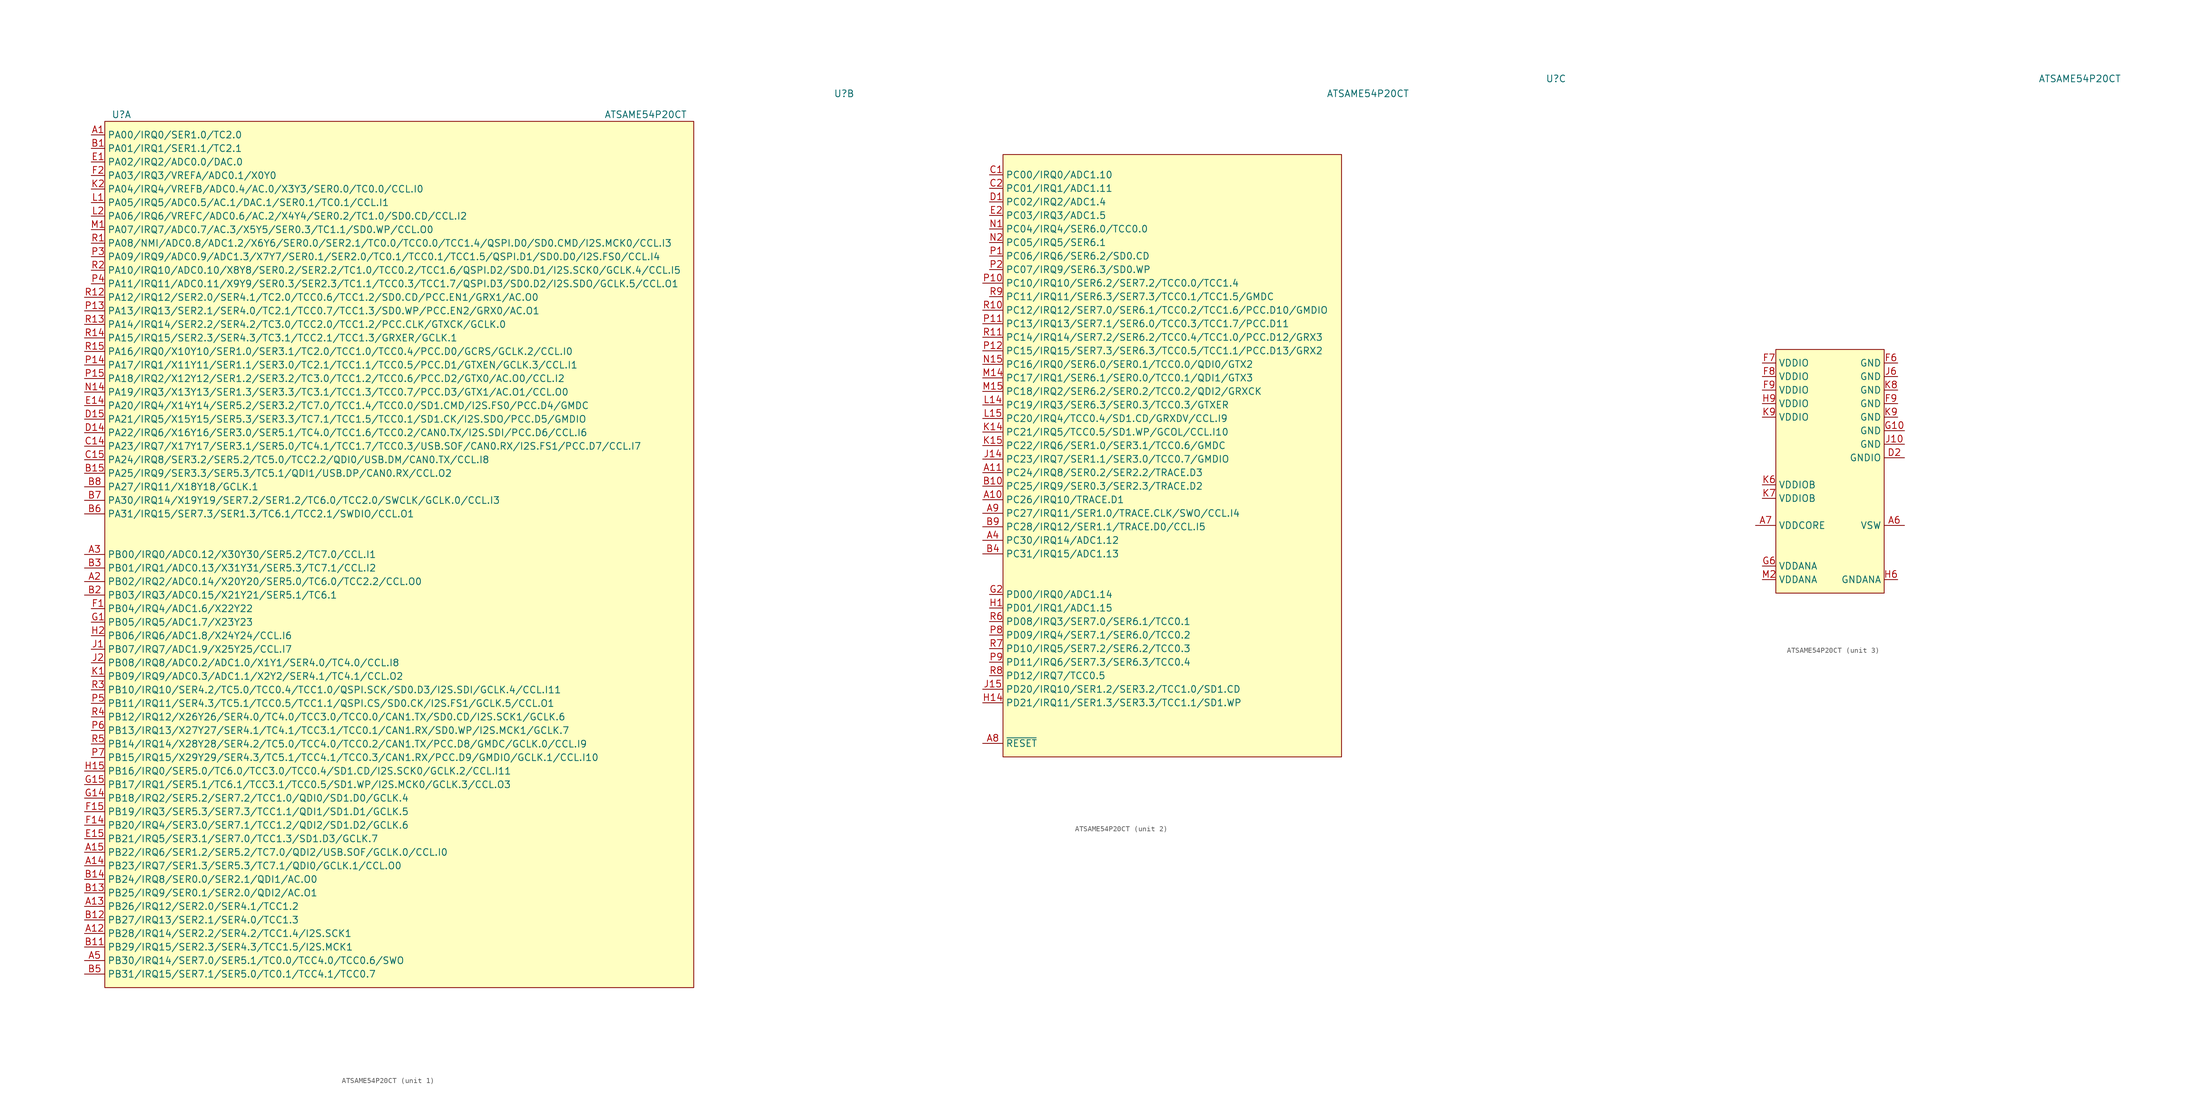
<source format=kicad_sym>
(kicad_symbol_lib
  (version 20231120)
  (generator "kicad_symbol_editor")
  (generator_version "8.0")
  (symbol "ATSAME54P20CT"
    (property "Reference" "U"
      (at -53.34 78.74 0)
      (effects (font (size 1.27 1.27)) (justify left)))
    (property "Value" "ATSAME54P20CT"
      (at 54.61 78.74 0)
      (effects (font (size 1.27 1.27)) (justify right)))
    (property "ki_locked" ""
      (at 0 0 0)
      (effects (font (size 1.27 1.27))))
    (symbol "ATSAME54P20CT_1_1"
      (rectangle (start -54.61 -85.09) (end 55.88 77.47) (stroke (width 0) (type default)) (fill (type background)))
      (pin bidirectional line (at -57.15 74.93 0) (length 2.54) (name "PA00/IRQ0/SER1.0/TC2.0" (effects (font (size 1.27 1.27)))) (number "A1" (effects (font (size 1.27 1.27)))))
      (pin bidirectional line (at -58.42 -74.93 0) (length 3.81) (name "PB28/IRQ14/SER2.2/SER4.2/TCC1.4/I2S.SCK1" (effects (font (size 1.27 1.27)))) (number "A12" (effects (font (size 1.27 1.27)))))
      (pin bidirectional line (at -58.42 -69.85 0) (length 3.81) (name "PB26/IRQ12/SER2.0/SER4.1/TCC1.2" (effects (font (size 1.27 1.27)))) (number "A13" (effects (font (size 1.27 1.27)))))
      (pin bidirectional line (at -58.42 -62.23 0) (length 3.81) (name "PB23/IRQ7/SER1.3/SER5.3/TC7.1/QDI0/GCLK.1/CCL.O0" (effects (font (size 1.27 1.27)))) (number "A14" (effects (font (size 1.27 1.27)))))
      (pin bidirectional line (at -58.42 -59.69 0) (length 3.81) (name "PB22/IRQ6/SER1.2/SER5.2/TC7.0/QDI2/USB.SOF/GCLK.0/CCL.I0" (effects (font (size 1.27 1.27)))) (number "A15" (effects (font (size 1.27 1.27)))))
      (pin bidirectional line (at -58.42 -8.89 0) (length 3.81) (name "PB02/IRQ2/ADC0.14/X20Y20/SER5.0/TC6.0/TCC2.2/CCL.O0" (effects (font (size 1.27 1.27)))) (number "A2" (effects (font (size 1.27 1.27)))))
      (pin bidirectional line (at -58.42 -3.81 0) (length 3.81) (name "PB00/IRQ0/ADC0.12/X30Y30/SER5.2/TC7.0/CCL.I1" (effects (font (size 1.27 1.27)))) (number "A3" (effects (font (size 1.27 1.27)))))
      (pin bidirectional line (at -58.42 -80.01 0) (length 3.81) (name "PB30/IRQ14/SER7.0/SER5.1/TC0.0/TCC4.0/TCC0.6/SWO" (effects (font (size 1.27 1.27)))) (number "A5" (effects (font (size 1.27 1.27)))))
      (pin bidirectional line (at -57.15 72.39 0) (length 2.54) (name "PA01/IRQ1/SER1.1/TC2.1" (effects (font (size 1.27 1.27)))) (number "B1" (effects (font (size 1.27 1.27)))))
      (pin bidirectional line (at -58.42 -77.47 0) (length 3.81) (name "PB29/IRQ15/SER2.3/SER4.3/TCC1.5/I2S.MCK1" (effects (font (size 1.27 1.27)))) (number "B11" (effects (font (size 1.27 1.27)))))
      (pin bidirectional line (at -58.42 -72.39 0) (length 3.81) (name "PB27/IRQ13/SER2.1/SER4.0/TCC1.3" (effects (font (size 1.27 1.27)))) (number "B12" (effects (font (size 1.27 1.27)))))
      (pin bidirectional line (at -58.42 -67.31 0) (length 3.81) (name "PB25/IRQ9/SER0.1/SER2.0/QDI2/AC.O1" (effects (font (size 1.27 1.27)))) (number "B13" (effects (font (size 1.27 1.27)))))
      (pin bidirectional line (at -58.42 -64.77 0) (length 3.81) (name "PB24/IRQ8/SER0.0/SER2.1/QDI1/AC.O0" (effects (font (size 1.27 1.27)))) (number "B14" (effects (font (size 1.27 1.27)))))
      (pin bidirectional line (at -58.42 11.43 0) (length 3.81) (name "PA25/IRQ9/SER3.3/SER5.3/TC5.1/QDI1/USB.DP/CAN0.RX/CCL.O2" (effects (font (size 1.27 1.27)))) (number "B15" (effects (font (size 1.27 1.27)))))
      (pin bidirectional line (at -58.42 -11.43 0) (length 3.81) (name "PB03/IRQ3/ADC0.15/X21Y21/SER5.1/TC6.1" (effects (font (size 1.27 1.27)))) (number "B2" (effects (font (size 1.27 1.27)))))
      (pin bidirectional line (at -58.42 -6.35 0) (length 3.81) (name "PB01/IRQ1/ADC0.13/X31Y31/SER5.3/TC7.1/CCL.I2" (effects (font (size 1.27 1.27)))) (number "B3" (effects (font (size 1.27 1.27)))))
      (pin bidirectional line (at -58.42 -82.55 0) (length 3.81) (name "PB31/IRQ15/SER7.1/SER5.0/TC0.1/TCC4.1/TCC0.7" (effects (font (size 1.27 1.27)))) (number "B5" (effects (font (size 1.27 1.27)))))
      (pin bidirectional line (at -58.42 3.81 0) (length 3.81) (name "PA31/IRQ15/SER7.3/SER1.3/TC6.1/TCC2.1/SWDIO/CCL.O1" (effects (font (size 1.27 1.27)))) (number "B6" (effects (font (size 1.27 1.27)))))
      (pin bidirectional line (at -58.42 6.35 0) (length 3.81) (name "PA30/IRQ14/X19Y19/SER7.2/SER1.2/TC6.0/TCC2.0/SWCLK/GCLK.0/CCL.I3" (effects (font (size 1.27 1.27)))) (number "B7" (effects (font (size 1.27 1.27)))))
      (pin bidirectional line (at -58.42 8.89 0) (length 3.81) (name "PA27/IRQ11/X18Y18/GCLK.1" (effects (font (size 1.27 1.27)))) (number "B8" (effects (font (size 1.27 1.27)))))
      (pin bidirectional line (at -58.42 16.51 0) (length 3.81) (name "PA23/IRQ7/X17Y17/SER3.1/SER5.0/TC4.1/TCC1.7/TCC0.3/USB.SOF/CAN0.RX/I2S.FS1/PCC.D7/CCL.I7" (effects (font (size 1.27 1.27)))) (number "C14" (effects (font (size 1.27 1.27)))))
      (pin bidirectional line (at -58.42 13.97 0) (length 3.81) (name "PA24/IRQ8/SER3.2/SER5.2/TC5.0/TCC2.2/QDI0/USB.DM/CAN0.TX/CCL.I8" (effects (font (size 1.27 1.27)))) (number "C15" (effects (font (size 1.27 1.27)))))
      (pin bidirectional line (at -58.42 19.05 0) (length 3.81) (name "PA22/IRQ6/X16Y16/SER3.0/SER5.1/TC4.0/TCC1.6/TCC0.2/CAN0.TX/I2S.SDI/PCC.D6/CCL.I6" (effects (font (size 1.27 1.27)))) (number "D14" (effects (font (size 1.27 1.27)))))
      (pin bidirectional line (at -58.42 21.59 0) (length 3.81) (name "PA21/IRQ5/X15Y15/SER5.3/SER3.3/TC7.1/TCC1.5/TCC0.1/SD1.CK/I2S.SDO/PCC.D5/GMDIO" (effects (font (size 1.27 1.27)))) (number "D15" (effects (font (size 1.27 1.27)))))
      (pin bidirectional line (at -57.15 69.85 0) (length 2.54) (name "PA02/IRQ2/ADC0.0/DAC.0" (effects (font (size 1.27 1.27)))) (number "E1" (effects (font (size 1.27 1.27)))))
      (pin bidirectional line (at -58.42 24.13 0) (length 3.81) (name "PA20/IRQ4/X14Y14/SER5.2/SER3.2/TC7.0/TCC1.4/TCC0.0/SD1.CMD/I2S.FS0/PCC.D4/GMDC" (effects (font (size 1.27 1.27)))) (number "E14" (effects (font (size 1.27 1.27)))))
      (pin bidirectional line (at -58.42 -57.15 0) (length 3.81) (name "PB21/IRQ5/SER3.1/SER7.0/TCC1.3/SD1.D3/GCLK.7" (effects (font (size 1.27 1.27)))) (number "E15" (effects (font (size 1.27 1.27)))))
      (pin bidirectional line (at -57.15 -13.97 0) (length 2.54) (name "PB04/IRQ4/ADC1.6/X22Y22" (effects (font (size 1.27 1.27)))) (number "F1" (effects (font (size 1.27 1.27)))))
      (pin bidirectional line (at -58.42 -54.61 0) (length 3.81) (name "PB20/IRQ4/SER3.0/SER7.1/TCC1.2/QDI2/SD1.D2/GCLK.6" (effects (font (size 1.27 1.27)))) (number "F14" (effects (font (size 1.27 1.27)))))
      (pin bidirectional line (at -58.42 -52.07 0) (length 3.81) (name "PB19/IRQ3/SER5.3/SER7.3/TCC1.1/QDI1/SD1.D1/GCLK.5" (effects (font (size 1.27 1.27)))) (number "F15" (effects (font (size 1.27 1.27)))))
      (pin bidirectional line (at -57.15 67.31 0) (length 2.54) (name "PA03/IRQ3/VREFA/ADC0.1/X0Y0" (effects (font (size 1.27 1.27)))) (number "F2" (effects (font (size 1.27 1.27)))))
      (pin bidirectional line (at -57.15 -16.51 0) (length 2.54) (name "PB05/IRQ5/ADC1.7/X23Y23" (effects (font (size 1.27 1.27)))) (number "G1" (effects (font (size 1.27 1.27)))))
      (pin bidirectional line (at -58.42 -49.53 0) (length 3.81) (name "PB18/IRQ2/SER5.2/SER7.2/TCC1.0/QDI0/SD1.D0/GCLK.4" (effects (font (size 1.27 1.27)))) (number "G14" (effects (font (size 1.27 1.27)))))
      (pin bidirectional line (at -58.42 -46.99 0) (length 3.81) (name "PB17/IRQ1/SER5.1/TC6.1/TCC3.1/TCC0.5/SD1.WP/I2S.MCK0/GCLK.3/CCL.O3" (effects (font (size 1.27 1.27)))) (number "G15" (effects (font (size 1.27 1.27)))))
      (pin bidirectional line (at -58.42 -44.45 0) (length 3.81) (name "PB16/IRQ0/SER5.0/TC6.0/TCC3.0/TCC0.4/SD1.CD/I2S.SCK0/GCLK.2/CCL.I11" (effects (font (size 1.27 1.27)))) (number "H15" (effects (font (size 1.27 1.27)))))
      (pin bidirectional line (at -57.15 -19.05 0) (length 2.54) (name "PB06/IRQ6/ADC1.8/X24Y24/CCL.I6" (effects (font (size 1.27 1.27)))) (number "H2" (effects (font (size 1.27 1.27)))))
      (pin bidirectional line (at -57.15 -21.59 0) (length 2.54) (name "PB07/IRQ7/ADC1.9/X25Y25/CCL.I7" (effects (font (size 1.27 1.27)))) (number "J1" (effects (font (size 1.27 1.27)))))
      (pin bidirectional line (at -57.15 -24.13 0) (length 2.54) (name "PB08/IRQ8/ADC0.2/ADC1.0/X1Y1/SER4.0/TC4.0/CCL.I8" (effects (font (size 1.27 1.27)))) (number "J2" (effects (font (size 1.27 1.27)))))
      (pin bidirectional line (at -57.15 -26.67 0) (length 2.54) (name "PB09/IRQ9/ADC0.3/ADC1.1/X2Y2/SER4.1/TC4.1/CCL.O2" (effects (font (size 1.27 1.27)))) (number "K1" (effects (font (size 1.27 1.27)))))
      (pin bidirectional line (at -57.15 64.77 0) (length 2.54) (name "PA04/IRQ4/VREFB/ADC0.4/AC.0/X3Y3/SER0.0/TC0.0/CCL.I0" (effects (font (size 1.27 1.27)))) (number "K2" (effects (font (size 1.27 1.27)))))
      (pin bidirectional line (at -57.15 62.23 0) (length 2.54) (name "PA05/IRQ5/ADC0.5/AC.1/DAC.1/SER0.1/TC0.1/CCL.I1" (effects (font (size 1.27 1.27)))) (number "L1" (effects (font (size 1.27 1.27)))))
      (pin bidirectional line (at -57.15 59.69 0) (length 2.54) (name "PA06/IRQ6/VREFC/ADC0.6/AC.2/X4Y4/SER0.2/TC1.0/SD0.CD/CCL.I2" (effects (font (size 1.27 1.27)))) (number "L2" (effects (font (size 1.27 1.27)))))
      (pin bidirectional line (at -57.15 57.15 0) (length 2.54) (name "PA07/IRQ7/ADC0.7/AC.3/X5Y5/SER0.3/TC1.1/SD0.WP/CCL.O0" (effects (font (size 1.27 1.27)))) (number "M1" (effects (font (size 1.27 1.27)))))
      (pin bidirectional line (at -58.42 26.67 0) (length 3.81) (name "PA19/IRQ3/X13Y13/SER1.3/SER3.3/TC3.1/TCC1.3/TCC0.7/PCC.D3/GTX1/AC.O1/CCL.O0" (effects (font (size 1.27 1.27)))) (number "N14" (effects (font (size 1.27 1.27)))))
      (pin bidirectional line (at -58.42 41.91 0) (length 3.81) (name "PA13/IRQ13/SER2.1/SER4.0/TC2.1/TCC0.7/TCC1.3/SD0.WP/PCC.EN2/GRX0/AC.O1" (effects (font (size 1.27 1.27)))) (number "P13" (effects (font (size 1.27 1.27)))))
      (pin bidirectional line (at -58.42 31.75 0) (length 3.81) (name "PA17/IRQ1/X11Y11/SER1.1/SER3.0/TC2.1/TCC1.1/TCC0.5/PCC.D1/GTXEN/GCLK.3/CCL.I1" (effects (font (size 1.27 1.27)))) (number "P14" (effects (font (size 1.27 1.27)))))
      (pin bidirectional line (at -58.42 29.21 0) (length 3.81) (name "PA18/IRQ2/X12Y12/SER1.2/SER3.2/TC3.0/TCC1.2/TCC0.6/PCC.D2/GTX0/AC.O0/CCL.I2" (effects (font (size 1.27 1.27)))) (number "P15" (effects (font (size 1.27 1.27)))))
      (pin bidirectional line (at -57.15 52.07 0) (length 2.54) (name "PA09/IRQ9/ADC0.9/ADC1.3/X7Y7/SER0.1/SER2.0/TC0.1/TCC0.1/TCC1.5/QSPI.D1/SD0.D0/I2S.FS0/CCL.I4" (effects (font (size 1.27 1.27)))) (number "P3" (effects (font (size 1.27 1.27)))))
      (pin bidirectional line (at -57.15 46.99 0) (length 2.54) (name "PA11/IRQ11/ADC0.11/X9Y9/SER0.3/SER2.3/TC1.1/TCC0.3/TCC1.7/QSPI.D3/SD0.D2/I2S.SDO/GCLK.5/CCL.O1" (effects (font (size 1.27 1.27)))) (number "P4" (effects (font (size 1.27 1.27)))))
      (pin bidirectional line (at -57.15 -31.75 0) (length 2.54) (name "PB11/IRQ11/SER4.3/TC5.1/TCC0.5/TCC1.1/QSPI.CS/SD0.CK/I2S.FS1/GCLK.5/CCL.O1" (effects (font (size 1.27 1.27)))) (number "P5" (effects (font (size 1.27 1.27)))))
      (pin bidirectional line (at -57.15 -36.83 0) (length 2.54) (name "PB13/IRQ13/X27Y27/SER4.1/TC4.1/TCC3.1/TCC0.1/CAN1.RX/SD0.WP/I2S.MCK1/GCLK.7" (effects (font (size 1.27 1.27)))) (number "P6" (effects (font (size 1.27 1.27)))))
      (pin bidirectional line (at -57.15 -41.91 0) (length 2.54) (name "PB15/IRQ15/X29Y29/SER4.3/TC5.1/TCC4.1/TCC0.3/CAN1.RX/PCC.D9/GMDIO/GCLK.1/CCL.I10" (effects (font (size 1.27 1.27)))) (number "P7" (effects (font (size 1.27 1.27)))))
      (pin bidirectional line (at -57.15 54.61 0) (length 2.54) (name "PA08/NMI/ADC0.8/ADC1.2/X6Y6/SER0.0/SER2.1/TC0.0/TCC0.0/TCC1.4/QSPI.D0/SD0.CMD/I2S.MCK0/CCL.I3" (effects (font (size 1.27 1.27)))) (number "R1" (effects (font (size 1.27 1.27)))))
      (pin bidirectional line (at -58.42 44.45 0) (length 3.81) (name "PA12/IRQ12/SER2.0/SER4.1/TC2.0/TCC0.6/TCC1.2/SD0.CD/PCC.EN1/GRX1/AC.O0" (effects (font (size 1.27 1.27)))) (number "R12" (effects (font (size 1.27 1.27)))))
      (pin bidirectional line (at -58.42 39.37 0) (length 3.81) (name "PA14/IRQ14/SER2.2/SER4.2/TC3.0/TCC2.0/TCC1.2/PCC.CLK/GTXCK/GCLK.0" (effects (font (size 1.27 1.27)))) (number "R13" (effects (font (size 1.27 1.27)))))
      (pin bidirectional line (at -58.42 36.83 0) (length 3.81) (name "PA15/IRQ15/SER2.3/SER4.3/TC3.1/TCC2.1/TCC1.3/GRXER/GCLK.1" (effects (font (size 1.27 1.27)))) (number "R14" (effects (font (size 1.27 1.27)))))
      (pin bidirectional line (at -58.42 34.29 0) (length 3.81) (name "PA16/IRQ0/X10Y10/SER1.0/SER3.1/TC2.0/TCC1.0/TCC0.4/PCC.D0/GCRS/GCLK.2/CCL.I0" (effects (font (size 1.27 1.27)))) (number "R15" (effects (font (size 1.27 1.27)))))
      (pin bidirectional line (at -57.15 49.53 0) (length 2.54) (name "PA10/IRQ10/ADC0.10/X8Y8/SER0.2/SER2.2/TC1.0/TCC0.2/TCC1.6/QSPI.D2/SD0.D1/I2S.SCK0/GCLK.4/CCL.I5" (effects (font (size 1.27 1.27)))) (number "R2" (effects (font (size 1.27 1.27)))))
      (pin bidirectional line (at -57.15 -29.21 0) (length 2.54) (name "PB10/IRQ10/SER4.2/TC5.0/TCC0.4/TCC1.0/QSPI.SCK/SD0.D3/I2S.SDI/GCLK.4/CCL.I11" (effects (font (size 1.27 1.27)))) (number "R3" (effects (font (size 1.27 1.27)))))
      (pin bidirectional line (at -57.15 -34.29 0) (length 2.54) (name "PB12/IRQ12/X26Y26/SER4.0/TC4.0/TCC3.0/TCC0.0/CAN1.TX/SD0.CD/I2S.SCK1/GCLK.6" (effects (font (size 1.27 1.27)))) (number "R4" (effects (font (size 1.27 1.27)))))
      (pin bidirectional line (at -57.15 -39.37 0) (length 2.54) (name "PB14/IRQ14/X28Y28/SER4.2/TC5.0/TCC4.0/TCC0.2/CAN1.TX/PCC.D8/GMDC/GCLK.0/CCL.I9" (effects (font (size 1.27 1.27)))) (number "R5" (effects (font (size 1.27 1.27))))))
    (symbol "ATSAME54P20CT_2_1"
      (rectangle (start -21.59 -45.72) (end 41.91 67.31) (stroke (width 0) (type default)) (fill (type background)))
      (pin bidirectional line (at -25.4 2.54 0) (length 3.81) (name "PC26/IRQ10/TRACE.D1" (effects (font (size 1.27 1.27)))) (number "A10" (effects (font (size 1.27 1.27)))))
      (pin bidirectional line (at -25.4 7.62 0) (length 3.81) (name "PC24/IRQ8/SER0.2/SER2.2/TRACE.D3" (effects (font (size 1.27 1.27)))) (number "A11" (effects (font (size 1.27 1.27)))))
      (pin bidirectional line (at -25.4 -5.08 0) (length 3.81) (name "PC30/IRQ14/ADC1.12" (effects (font (size 1.27 1.27)))) (number "A4" (effects (font (size 1.27 1.27)))))
      (pin input line (at -25.4 -43.18 0) (length 3.81) (name "~{RESET}" (effects (font (size 1.27 1.27)))) (number "A8" (effects (font (size 1.27 1.27)))))
      (pin bidirectional line (at -25.4 0 0) (length 3.81) (name "PC27/IRQ11/SER1.0/TRACE.CLK/SWO/CCL.I4" (effects (font (size 1.27 1.27)))) (number "A9" (effects (font (size 1.27 1.27)))))
      (pin bidirectional line (at -25.4 5.08 0) (length 3.81) (name "PC25/IRQ9/SER0.3/SER2.3/TRACE.D2" (effects (font (size 1.27 1.27)))) (number "B10" (effects (font (size 1.27 1.27)))))
      (pin bidirectional line (at -25.4 -7.62 0) (length 3.81) (name "PC31/IRQ15/ADC1.13" (effects (font (size 1.27 1.27)))) (number "B4" (effects (font (size 1.27 1.27)))))
      (pin bidirectional line (at -25.4 -2.54 0) (length 3.81) (name "PC28/IRQ12/SER1.1/TRACE.D0/CCL.I5" (effects (font (size 1.27 1.27)))) (number "B9" (effects (font (size 1.27 1.27)))))
      (pin bidirectional line (at -24.13 63.5 0) (length 2.54) (name "PC00/IRQ0/ADC1.10" (effects (font (size 1.27 1.27)))) (number "C1" (effects (font (size 1.27 1.27)))))
      (pin bidirectional line (at -24.13 60.96 0) (length 2.54) (name "PC01/IRQ1/ADC1.11" (effects (font (size 1.27 1.27)))) (number "C2" (effects (font (size 1.27 1.27)))))
      (pin bidirectional line (at -24.13 58.42 0) (length 2.54) (name "PC02/IRQ2/ADC1.4" (effects (font (size 1.27 1.27)))) (number "D1" (effects (font (size 1.27 1.27)))))
      (pin bidirectional line (at -24.13 55.88 0) (length 2.54) (name "PC03/IRQ3/ADC1.5" (effects (font (size 1.27 1.27)))) (number "E2" (effects (font (size 1.27 1.27)))))
      (pin bidirectional line (at -24.13 -15.24 0) (length 2.54) (name "PD00/IRQ0/ADC1.14" (effects (font (size 1.27 1.27)))) (number "G2" (effects (font (size 1.27 1.27)))))
      (pin bidirectional line (at -24.13 -17.78 0) (length 2.54) (name "PD01/IRQ1/ADC1.15" (effects (font (size 1.27 1.27)))) (number "H1" (effects (font (size 1.27 1.27)))))
      (pin bidirectional line (at -25.4 -35.56 0) (length 3.81) (name "PD21/IRQ11/SER1.3/SER3.3/TCC1.1/SD1.WP" (effects (font (size 1.27 1.27)))) (number "H14" (effects (font (size 1.27 1.27)))))
      (pin bidirectional line (at -25.4 10.16 0) (length 3.81) (name "PC23/IRQ7/SER1.1/SER3.0/TCC0.7/GMDIO" (effects (font (size 1.27 1.27)))) (number "J14" (effects (font (size 1.27 1.27)))))
      (pin bidirectional line (at -25.4 -33.02 0) (length 3.81) (name "PD20/IRQ10/SER1.2/SER3.2/TCC1.0/SD1.CD" (effects (font (size 1.27 1.27)))) (number "J15" (effects (font (size 1.27 1.27)))))
      (pin bidirectional line (at -25.4 15.24 0) (length 3.81) (name "PC21/IRQ5/TCC0.5/SD1.WP/GCOL/CCL.I10" (effects (font (size 1.27 1.27)))) (number "K14" (effects (font (size 1.27 1.27)))))
      (pin bidirectional line (at -25.4 12.7 0) (length 3.81) (name "PC22/IRQ6/SER1.0/SER3.1/TCC0.6/GMDC" (effects (font (size 1.27 1.27)))) (number "K15" (effects (font (size 1.27 1.27)))))
      (pin bidirectional line (at -25.4 20.32 0) (length 3.81) (name "PC19/IRQ3/SER6.3/SER0.3/TCC0.3/GTXER" (effects (font (size 1.27 1.27)))) (number "L14" (effects (font (size 1.27 1.27)))))
      (pin bidirectional line (at -25.4 17.78 0) (length 3.81) (name "PC20/IRQ4/TCC0.4/SD1.CD/GRXDV/CCL.I9" (effects (font (size 1.27 1.27)))) (number "L15" (effects (font (size 1.27 1.27)))))
      (pin bidirectional line (at -25.4 25.4 0) (length 3.81) (name "PC17/IRQ1/SER6.1/SER0.0/TCC0.1/QDI1/GTX3" (effects (font (size 1.27 1.27)))) (number "M14" (effects (font (size 1.27 1.27)))))
      (pin bidirectional line (at -25.4 22.86 0) (length 3.81) (name "PC18/IRQ2/SER6.2/SER0.2/TCC0.2/QDI2/GRXCK" (effects (font (size 1.27 1.27)))) (number "M15" (effects (font (size 1.27 1.27)))))
      (pin bidirectional line (at -24.13 53.34 0) (length 2.54) (name "PC04/IRQ4/SER6.0/TCC0.0" (effects (font (size 1.27 1.27)))) (number "N1" (effects (font (size 1.27 1.27)))))
      (pin bidirectional line (at -25.4 27.94 0) (length 3.81) (name "PC16/IRQ0/SER6.0/SER0.1/TCC0.0/QDI0/GTX2" (effects (font (size 1.27 1.27)))) (number "N15" (effects (font (size 1.27 1.27)))))
      (pin bidirectional line (at -24.13 50.8 0) (length 2.54) (name "PC05/IRQ5/SER6.1" (effects (font (size 1.27 1.27)))) (number "N2" (effects (font (size 1.27 1.27)))))
      (pin bidirectional line (at -24.13 48.26 0) (length 2.54) (name "PC06/IRQ6/SER6.2/SD0.CD" (effects (font (size 1.27 1.27)))) (number "P1" (effects (font (size 1.27 1.27)))))
      (pin bidirectional line (at -25.4 43.18 0) (length 3.81) (name "PC10/IRQ10/SER6.2/SER7.2/TCC0.0/TCC1.4" (effects (font (size 1.27 1.27)))) (number "P10" (effects (font (size 1.27 1.27)))))
      (pin bidirectional line (at -25.4 35.56 0) (length 3.81) (name "PC13/IRQ13/SER7.1/SER6.0/TCC0.3/TCC1.7/PCC.D11" (effects (font (size 1.27 1.27)))) (number "P11" (effects (font (size 1.27 1.27)))))
      (pin bidirectional line (at -25.4 30.48 0) (length 3.81) (name "PC15/IRQ15/SER7.3/SER6.3/TCC0.5/TCC1.1/PCC.D13/GRX2" (effects (font (size 1.27 1.27)))) (number "P12" (effects (font (size 1.27 1.27)))))
      (pin bidirectional line (at -24.13 45.72 0) (length 2.54) (name "PC07/IRQ9/SER6.3/SD0.WP" (effects (font (size 1.27 1.27)))) (number "P2" (effects (font (size 1.27 1.27)))))
      (pin bidirectional line (at -24.13 -22.86 0) (length 2.54) (name "PD09/IRQ4/SER7.1/SER6.0/TCC0.2" (effects (font (size 1.27 1.27)))) (number "P8" (effects (font (size 1.27 1.27)))))
      (pin bidirectional line (at -24.13 -27.94 0) (length 2.54) (name "PD11/IRQ6/SER7.3/SER6.3/TCC0.4" (effects (font (size 1.27 1.27)))) (number "P9" (effects (font (size 1.27 1.27)))))
      (pin bidirectional line (at -25.4 38.1 0) (length 3.81) (name "PC12/IRQ12/SER7.0/SER6.1/TCC0.2/TCC1.6/PCC.D10/GMDIO" (effects (font (size 1.27 1.27)))) (number "R10" (effects (font (size 1.27 1.27)))))
      (pin bidirectional line (at -25.4 33.02 0) (length 3.81) (name "PC14/IRQ14/SER7.2/SER6.2/TCC0.4/TCC1.0/PCC.D12/GRX3" (effects (font (size 1.27 1.27)))) (number "R11" (effects (font (size 1.27 1.27)))))
      (pin bidirectional line (at -24.13 -20.32 0) (length 2.54) (name "PD08/IRQ3/SER7.0/SER6.1/TCC0.1" (effects (font (size 1.27 1.27)))) (number "R6" (effects (font (size 1.27 1.27)))))
      (pin bidirectional line (at -24.13 -25.4 0) (length 2.54) (name "PD10/IRQ5/SER7.2/SER6.2/TCC0.3" (effects (font (size 1.27 1.27)))) (number "R7" (effects (font (size 1.27 1.27)))))
      (pin bidirectional line (at -24.13 -30.48 0) (length 2.54) (name "PD12/IRQ7/TCC0.5" (effects (font (size 1.27 1.27)))) (number "R8" (effects (font (size 1.27 1.27)))))
      (pin bidirectional line (at -24.13 40.64 0) (length 2.54) (name "PC11/IRQ11/SER6.3/SER7.3/TCC0.1/TCC1.5/GMDC" (effects (font (size 1.27 1.27)))) (number "R9" (effects (font (size 1.27 1.27))))))
    (symbol "ATSAME54P20CT_3_1"
      (rectangle (start -10.16 27.94) (end 10.16 -17.78) (stroke (width 0) (type default)) (fill (type background)))
      (pin power_out line (at 13.97 -5.08 180) (length 3.81) (name "VSW" (effects (font (size 1.27 1.27)))) (number "A6" (effects (font (size 1.27 1.27)))))
      (pin power_in line (at -13.97 -5.08 0) (length 3.81) (name "VDDCORE" (effects (font (size 1.27 1.27)))) (number "A7" (effects (font (size 1.27 1.27)))))
      (pin power_in line (at 13.97 7.62 180) (length 3.81) (name "GNDIO" (effects (font (size 1.27 1.27)))) (number "D2" (effects (font (size 1.27 1.27)))))
      (pin power_in line (at 12.7 25.4 180) (length 2.54) (name "GND" (effects (font (size 1.27 1.27)))) (number "F6" (effects (font (size 1.27 1.27)))))
      (pin power_in line (at -12.7 25.4 0) (length 2.54) (name "VDDIO" (effects (font (size 1.27 1.27)))) (number "F7" (effects (font (size 1.27 1.27)))))
      (pin power_in line (at -12.7 22.86 0) (length 2.54) (name "VDDIO" (effects (font (size 1.27 1.27)))) (number "F8" (effects (font (size 1.27 1.27)))))
      (pin power_in line (at 12.7 17.78 180) (length 2.54) (name "GND" (effects (font (size 1.27 1.27)))) (number "F9" (effects (font (size 1.27 1.27)))))
      (pin power_in line (at -12.7 20.32 0) (length 2.54) (name "VDDIO" (effects (font (size 1.27 1.27)))) (number "F9" (effects (font (size 1.27 1.27)))))
      (pin power_in line (at 13.97 12.7 180) (length 3.81) (name "GND" (effects (font (size 1.27 1.27)))) (number "G10" (effects (font (size 1.27 1.27)))))
      (pin power_in line (at -12.7 -12.7 0) (length 2.54) (name "VDDANA" (effects (font (size 1.27 1.27)))) (number "G6" (effects (font (size 1.27 1.27)))))
      (pin power_in line (at 12.7 -15.24 180) (length 2.54) (name "GNDANA" (effects (font (size 1.27 1.27)))) (number "H6" (effects (font (size 1.27 1.27)))))
      (pin power_in line (at -12.7 17.78 0) (length 2.54) (name "VDDIO" (effects (font (size 1.27 1.27)))) (number "H9" (effects (font (size 1.27 1.27)))))
      (pin power_in line (at 13.97 10.16 180) (length 3.81) (name "GND" (effects (font (size 1.27 1.27)))) (number "J10" (effects (font (size 1.27 1.27)))))
      (pin power_in line (at 12.7 22.86 180) (length 2.54) (name "GND" (effects (font (size 1.27 1.27)))) (number "J6" (effects (font (size 1.27 1.27)))))
      (pin power_in line (at -12.7 2.54 0) (length 2.54) (name "VDDIOB" (effects (font (size 1.27 1.27)))) (number "K6" (effects (font (size 1.27 1.27)))))
      (pin power_in line (at -12.7 0 0) (length 2.54) (name "VDDIOB" (effects (font (size 1.27 1.27)))) (number "K7" (effects (font (size 1.27 1.27)))))
      (pin power_in line (at 12.7 20.32 180) (length 2.54) (name "GND" (effects (font (size 1.27 1.27)))) (number "K8" (effects (font (size 1.27 1.27)))))
      (pin power_in line (at 12.7 15.24 180) (length 2.54) (name "GND" (effects (font (size 1.27 1.27)))) (number "K9" (effects (font (size 1.27 1.27)))))
      (pin power_in line (at -12.7 15.24 0) (length 2.54) (name "VDDIO" (effects (font (size 1.27 1.27)))) (number "K9" (effects (font (size 1.27 1.27)))))
      (pin power_in line (at -12.7 -15.24 0) (length 2.54) (name "VDDANA" (effects (font (size 1.27 1.27)))) (number "M2" (effects (font (size 1.27 1.27))))))))
</source>
